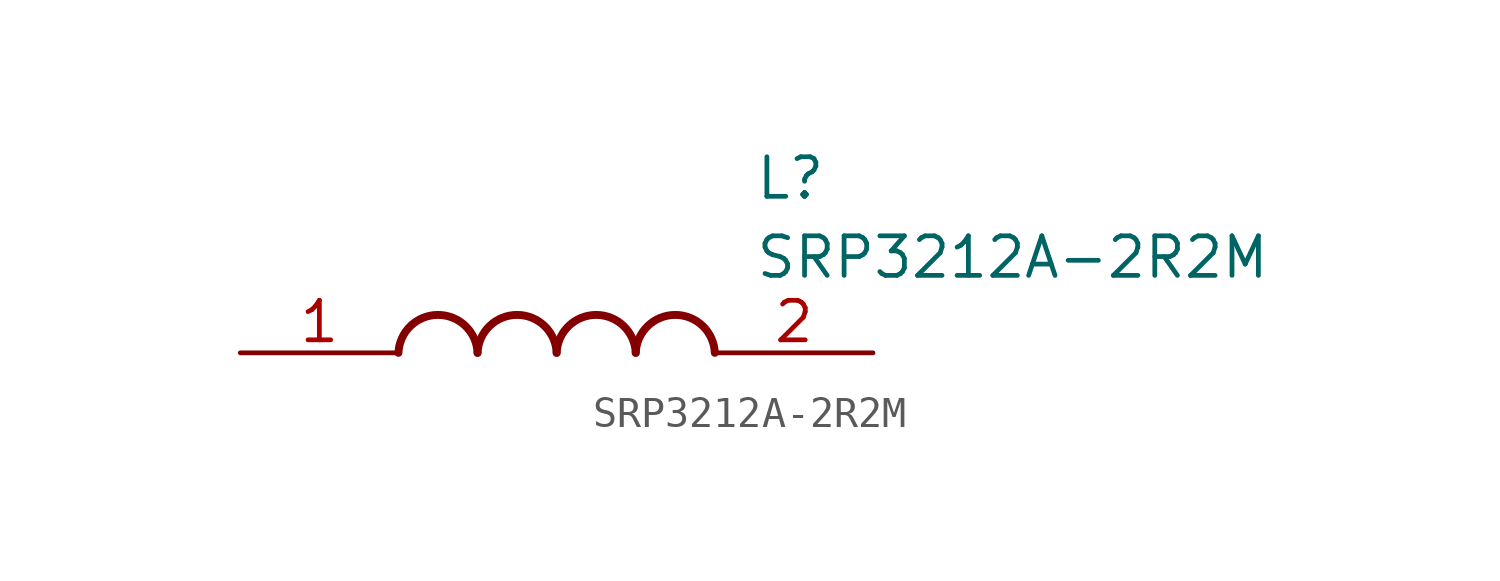
<source format=kicad_sym>
(kicad_symbol_lib
  (version 20211014)
  (generator SamacSys_ECAD_Model)
  (symbol "SRP3212A-2R2M"
    (pin_names hide)
    (property "Reference" "L"
      (at 16.51 6.35 0)
      (effects (font (size 1.27 1.27)) (justify left top)))
    (property "Value" "SRP3212A-2R2M"
      (at 16.51 3.81 0)
      (effects (font (size 1.27 1.27)) (justify left top)))
    (arc
      (start 7.62 0)
      (mid 6.35 1.219)
      (end 5.08 0)
      (stroke (width 0.254) (type default))
      (fill (type none)))
    (arc
      (start 10.16 0)
      (mid 8.89 1.219)
      (end 7.62 0)
      (stroke (width 0.254) (type default))
      (fill (type none)))
    (arc
      (start 12.7 0)
      (mid 11.43 1.219)
      (end 10.16 0)
      (stroke (width 0.254) (type default))
      (fill (type none)))
    (arc
      (start 15.24 0)
      (mid 13.97 1.219)
      (end 12.7 0)
      (stroke (width 0.254) (type default))
      (fill (type none)))
    (pin passive line
      (at 0 0 0)
      (length 5.08)
      (name "1" (effects (font (size 1.27 1.27))))
      (number "1" (effects (font (size 1.27 1.27)))))
    (pin passive line
      (at 20.32 0 180)
      (length 5.08)
      (name "2" (effects (font (size 1.27 1.27))))
      (number "2" (effects (font (size 1.27 1.27)))))))
</source>
